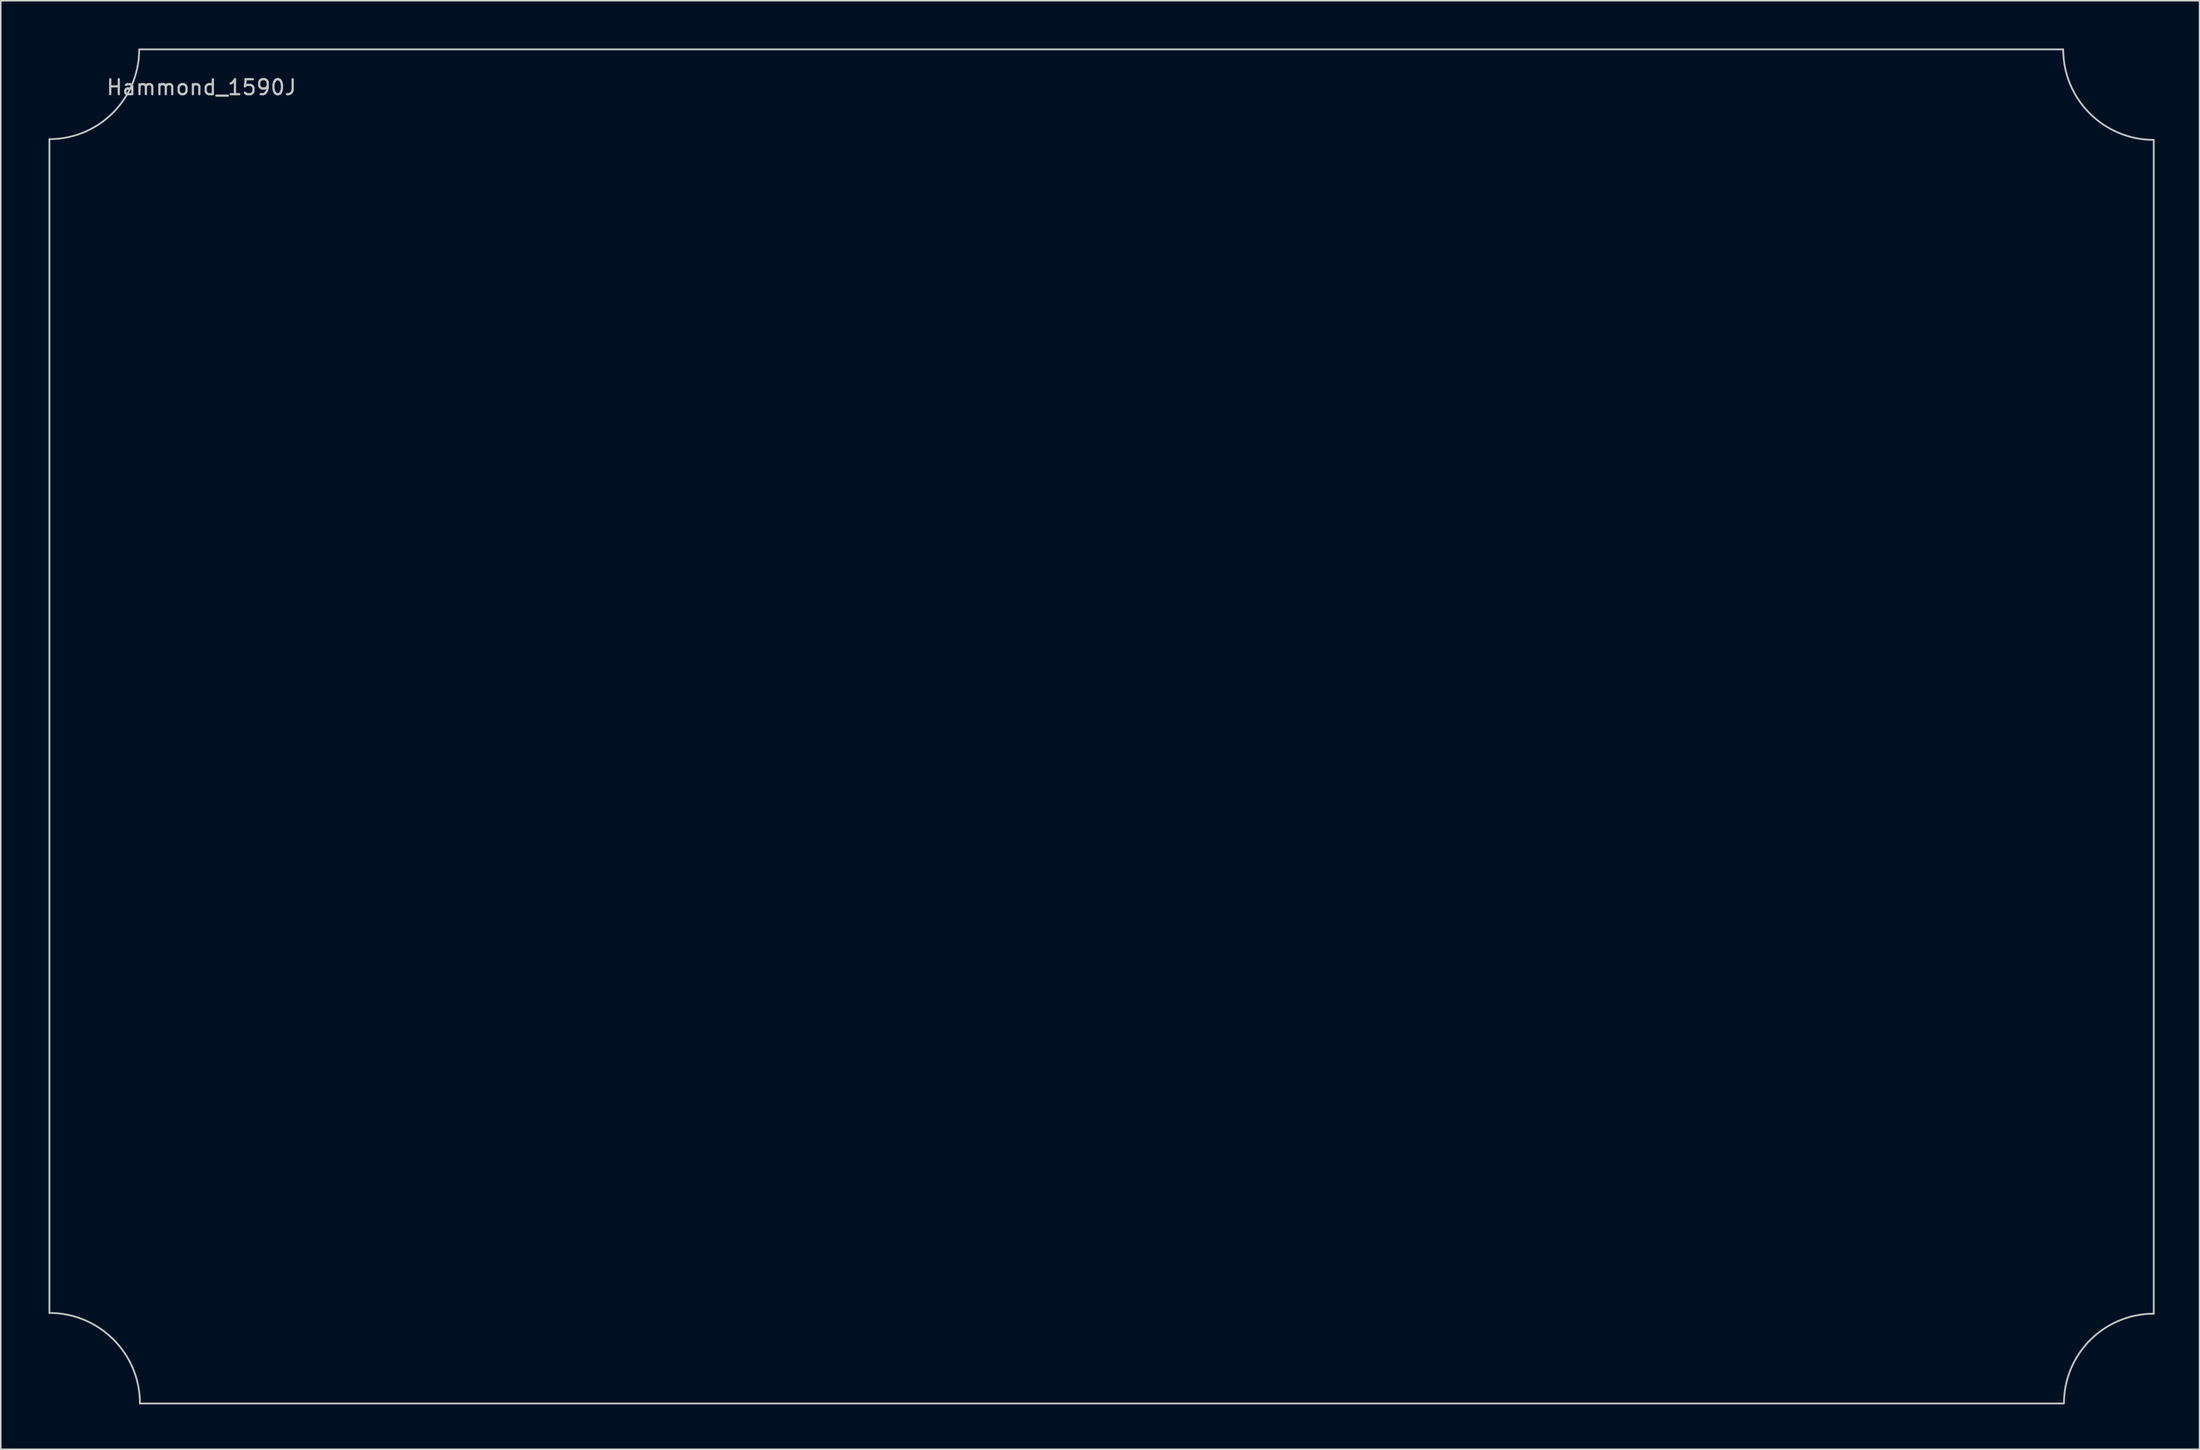
<source format=kicad_pcb>
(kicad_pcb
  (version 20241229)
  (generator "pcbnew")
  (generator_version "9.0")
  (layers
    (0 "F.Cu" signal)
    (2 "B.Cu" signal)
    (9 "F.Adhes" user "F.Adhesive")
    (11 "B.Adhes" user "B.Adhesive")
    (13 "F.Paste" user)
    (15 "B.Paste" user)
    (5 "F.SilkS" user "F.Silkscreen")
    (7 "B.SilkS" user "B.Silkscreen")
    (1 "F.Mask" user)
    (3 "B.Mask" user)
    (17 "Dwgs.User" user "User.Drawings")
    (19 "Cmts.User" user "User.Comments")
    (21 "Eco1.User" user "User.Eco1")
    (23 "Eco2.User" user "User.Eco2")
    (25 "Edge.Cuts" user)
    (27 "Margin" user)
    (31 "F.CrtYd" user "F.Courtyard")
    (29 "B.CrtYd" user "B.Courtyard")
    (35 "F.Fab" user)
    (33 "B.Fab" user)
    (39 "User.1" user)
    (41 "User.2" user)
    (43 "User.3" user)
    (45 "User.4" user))
  (footprint "Hammond_1590J"
    (layer "F.Cu")
    (at 0.25 0.25)
    (property "Reference" "Hammond_1590J" (at 10.16 2.54 0) (layer "Dwgs.User") (effects (font (size 1 1) (thickness 0.15))))
    (attr through_hole)
    (fp_line (start 0 6) (end 0 84.45) (stroke (width 0.12) (type solid)) (layer "Dwgs.User"))
    (fp_line (start 6.05 0) (end 134.55 0) (stroke (width 0.12) (type solid)) (layer "Dwgs.User"))
    (fp_line (start 6.05 90.5) (end 134.55 90.5) (stroke (width 0.12) (type solid)) (layer "Dwgs.User"))
    (fp_line (start 140.6 6.05) (end 140.6 84.5) (stroke (width 0.12) (type solid)) (layer "Dwgs.User"))
    (fp_arc (start 0 84.45) (mid 4.277996 86.222004) (end 6.05 90.5) (stroke (width 0.12) (type solid)) (layer "Dwgs.User"))
    (fp_arc (start 6 0) (mid 4.242641 4.242641) (end 0 6) (stroke (width 0.12) (type solid)) (layer "Dwgs.User"))
    (fp_arc (start 134.6 90.5) (mid 136.357359 86.257359) (end 140.6 84.5) (stroke (width 0.12) (type solid)) (layer "Dwgs.User"))
    (fp_arc (start 140.6 6.05) (mid 136.322004 4.277996) (end 134.55 0) (stroke (width 0.12) (type solid)) (layer "Dwgs.User")))
  (gr_rect
    (start -3 -3)
    (end 143.91 93.81)
    (stroke (width 0.1) (type default))
    (fill no)
    (layer "Edge.Cuts")))
</source>
